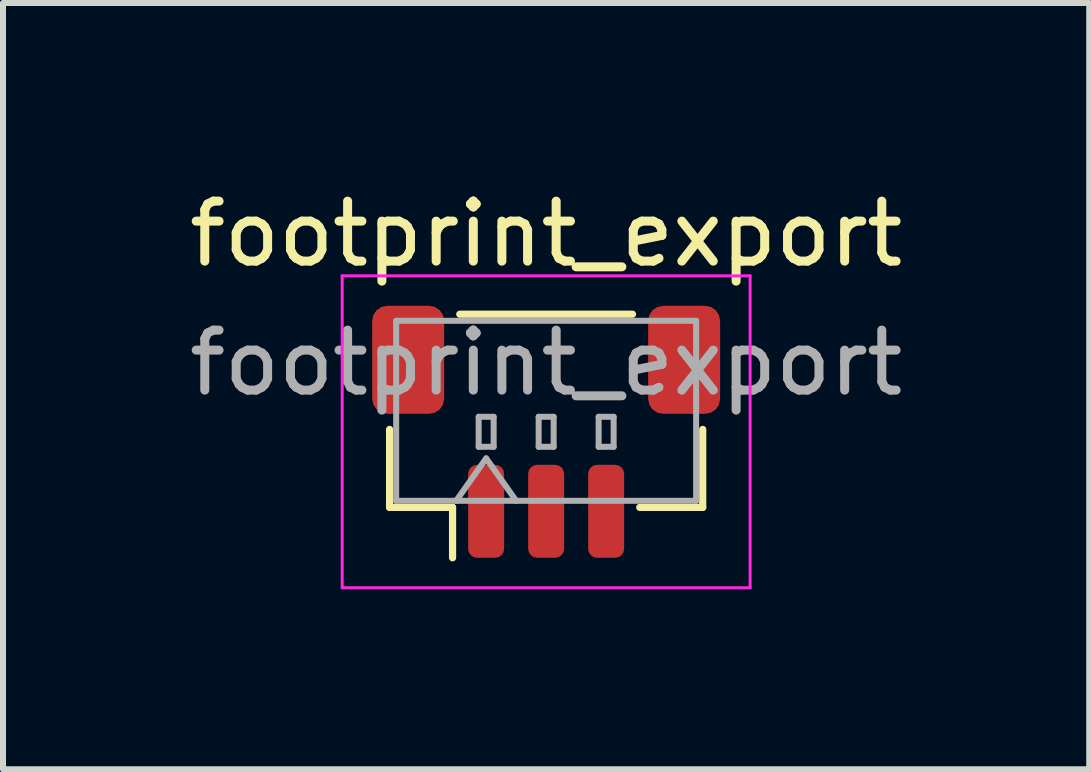
<source format=kicad_pcb>
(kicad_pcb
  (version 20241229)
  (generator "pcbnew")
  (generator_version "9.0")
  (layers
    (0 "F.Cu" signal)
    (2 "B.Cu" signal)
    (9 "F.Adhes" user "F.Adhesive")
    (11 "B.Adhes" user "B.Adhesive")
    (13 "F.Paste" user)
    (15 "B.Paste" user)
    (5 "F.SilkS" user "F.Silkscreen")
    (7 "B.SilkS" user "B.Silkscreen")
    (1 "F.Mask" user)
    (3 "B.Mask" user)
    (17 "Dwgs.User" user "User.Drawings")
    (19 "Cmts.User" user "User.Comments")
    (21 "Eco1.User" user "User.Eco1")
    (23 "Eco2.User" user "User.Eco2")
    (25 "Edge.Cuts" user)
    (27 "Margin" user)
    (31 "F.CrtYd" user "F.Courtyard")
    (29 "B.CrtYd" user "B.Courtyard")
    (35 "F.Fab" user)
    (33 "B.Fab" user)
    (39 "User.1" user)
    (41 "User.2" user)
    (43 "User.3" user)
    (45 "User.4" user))
  (footprint "footprint_export"
    (layer "F.Cu")
    (at 6.054 4.148)
    (property "Reference" "footprint_export" (at 0 -3.3 0) (layer "F.SilkS") (effects (font (size 1 1) (thickness 0.15))))
    (attr smd)
    (fp_line (start -2.61 -0.04) (end -2.61 1.26) (stroke (width 0.12) (type solid)) (layer "F.SilkS"))
    (fp_line (start -2.61 1.26) (end -1.56 1.26) (stroke (width 0.12) (type solid)) (layer "F.SilkS"))
    (fp_line (start -1.56 1.26) (end -1.56 2.1) (stroke (width 0.12) (type solid)) (layer "F.SilkS"))
    (fp_line (start -1.44 -1.96) (end 1.44 -1.96) (stroke (width 0.12) (type solid)) (layer "F.SilkS"))
    (fp_line (start 2.61 -0.04) (end 2.61 1.26) (stroke (width 0.12) (type solid)) (layer "F.SilkS"))
    (fp_line (start 2.61 1.26) (end 1.56 1.26) (stroke (width 0.12) (type solid)) (layer "F.SilkS"))
    (fp_line (start -3.4 -2.6) (end -3.4 2.6) (stroke (width 0.05) (type solid)) (layer "F.CrtYd"))
    (fp_line (start -3.4 2.6) (end 3.4 2.6) (stroke (width 0.05) (type solid)) (layer "F.CrtYd"))
    (fp_line (start 3.4 -2.6) (end -3.4 -2.6) (stroke (width 0.05) (type solid)) (layer "F.CrtYd"))
    (fp_line (start 3.4 2.6) (end 3.4 -2.6) (stroke (width 0.05) (type solid)) (layer "F.CrtYd"))
    (fp_line (start -2.5 -1.85) (end 2.5 -1.85) (stroke (width 0.1) (type solid)) (layer "F.Fab"))
    (fp_line (start -2.5 1.15) (end -2.5 -1.85) (stroke (width 0.1) (type solid)) (layer "F.Fab"))
    (fp_line (start -2.5 1.15) (end 2.5 1.15) (stroke (width 0.1) (type solid)) (layer "F.Fab"))
    (fp_line (start -1.5 1.15) (end -1 0.443) (stroke (width 0.1) (type solid)) (layer "F.Fab"))
    (fp_line (start -1.125 -0.25) (end -1.125 0.25) (stroke (width 0.1) (type solid)) (layer "F.Fab"))
    (fp_line (start -1.125 0.25) (end -0.875 0.25) (stroke (width 0.1) (type solid)) (layer "F.Fab"))
    (fp_line (start -1 0.443) (end -0.5 1.15) (stroke (width 0.1) (type solid)) (layer "F.Fab"))
    (fp_line (start -0.875 -0.25) (end -1.125 -0.25) (stroke (width 0.1) (type solid)) (layer "F.Fab"))
    (fp_line (start -0.875 0.25) (end -0.875 -0.25) (stroke (width 0.1) (type solid)) (layer "F.Fab"))
    (fp_line (start -0.125 -0.25) (end -0.125 0.25) (stroke (width 0.1) (type solid)) (layer "F.Fab"))
    (fp_line (start -0.125 0.25) (end 0.125 0.25) (stroke (width 0.1) (type solid)) (layer "F.Fab"))
    (fp_line (start 0.125 -0.25) (end -0.125 -0.25) (stroke (width 0.1) (type solid)) (layer "F.Fab"))
    (fp_line (start 0.125 0.25) (end 0.125 -0.25) (stroke (width 0.1) (type solid)) (layer "F.Fab"))
    (fp_line (start 0.875 -0.25) (end 0.875 0.25) (stroke (width 0.1) (type solid)) (layer "F.Fab"))
    (fp_line (start 0.875 0.25) (end 1.125 0.25) (stroke (width 0.1) (type solid)) (layer "F.Fab"))
    (fp_line (start 1.125 -0.25) (end 0.875 -0.25) (stroke (width 0.1) (type solid)) (layer "F.Fab"))
    (fp_line (start 1.125 0.25) (end 1.125 -0.25) (stroke (width 0.1) (type solid)) (layer "F.Fab"))
    (fp_line (start 2.5 1.15) (end 2.5 -1.85) (stroke (width 0.1) (type solid)) (layer "F.Fab"))
    (fp_text user "${REFERENCE}" (at 0 -1.15 0) (layer "F.Fab") (effects (font (size 1 1) (thickness 0.15))))
    (pad "1" smd roundrect (at -1 1.325) (size 0.6 1.55) (layers "F.Cu" "F.Mask" "F.Paste") (roundrect_rratio 0.25))
    (pad "2" smd roundrect (at 0 1.325) (size 0.6 1.55) (layers "F.Cu" "F.Mask" "F.Paste") (roundrect_rratio 0.25))
    (pad "3" smd roundrect (at 1 1.325) (size 0.6 1.55) (layers "F.Cu" "F.Mask" "F.Paste") (roundrect_rratio 0.25))
    (pad "MP" smd roundrect (at -2.3 -1.2) (size 1.2 1.8) (layers "F.Cu" "F.Mask" "F.Paste") (roundrect_rratio 0.208))
    (pad "MP" smd roundrect (at 2.3 -1.2) (size 1.2 1.8) (layers "F.Cu" "F.Mask" "F.Paste") (roundrect_rratio 0.208)))
  (gr_rect
    (start -3 -3)
    (end 15.107 9.773)
    (stroke (width 0.1) (type default))
    (fill no)
    (layer "Edge.Cuts")))
</source>
